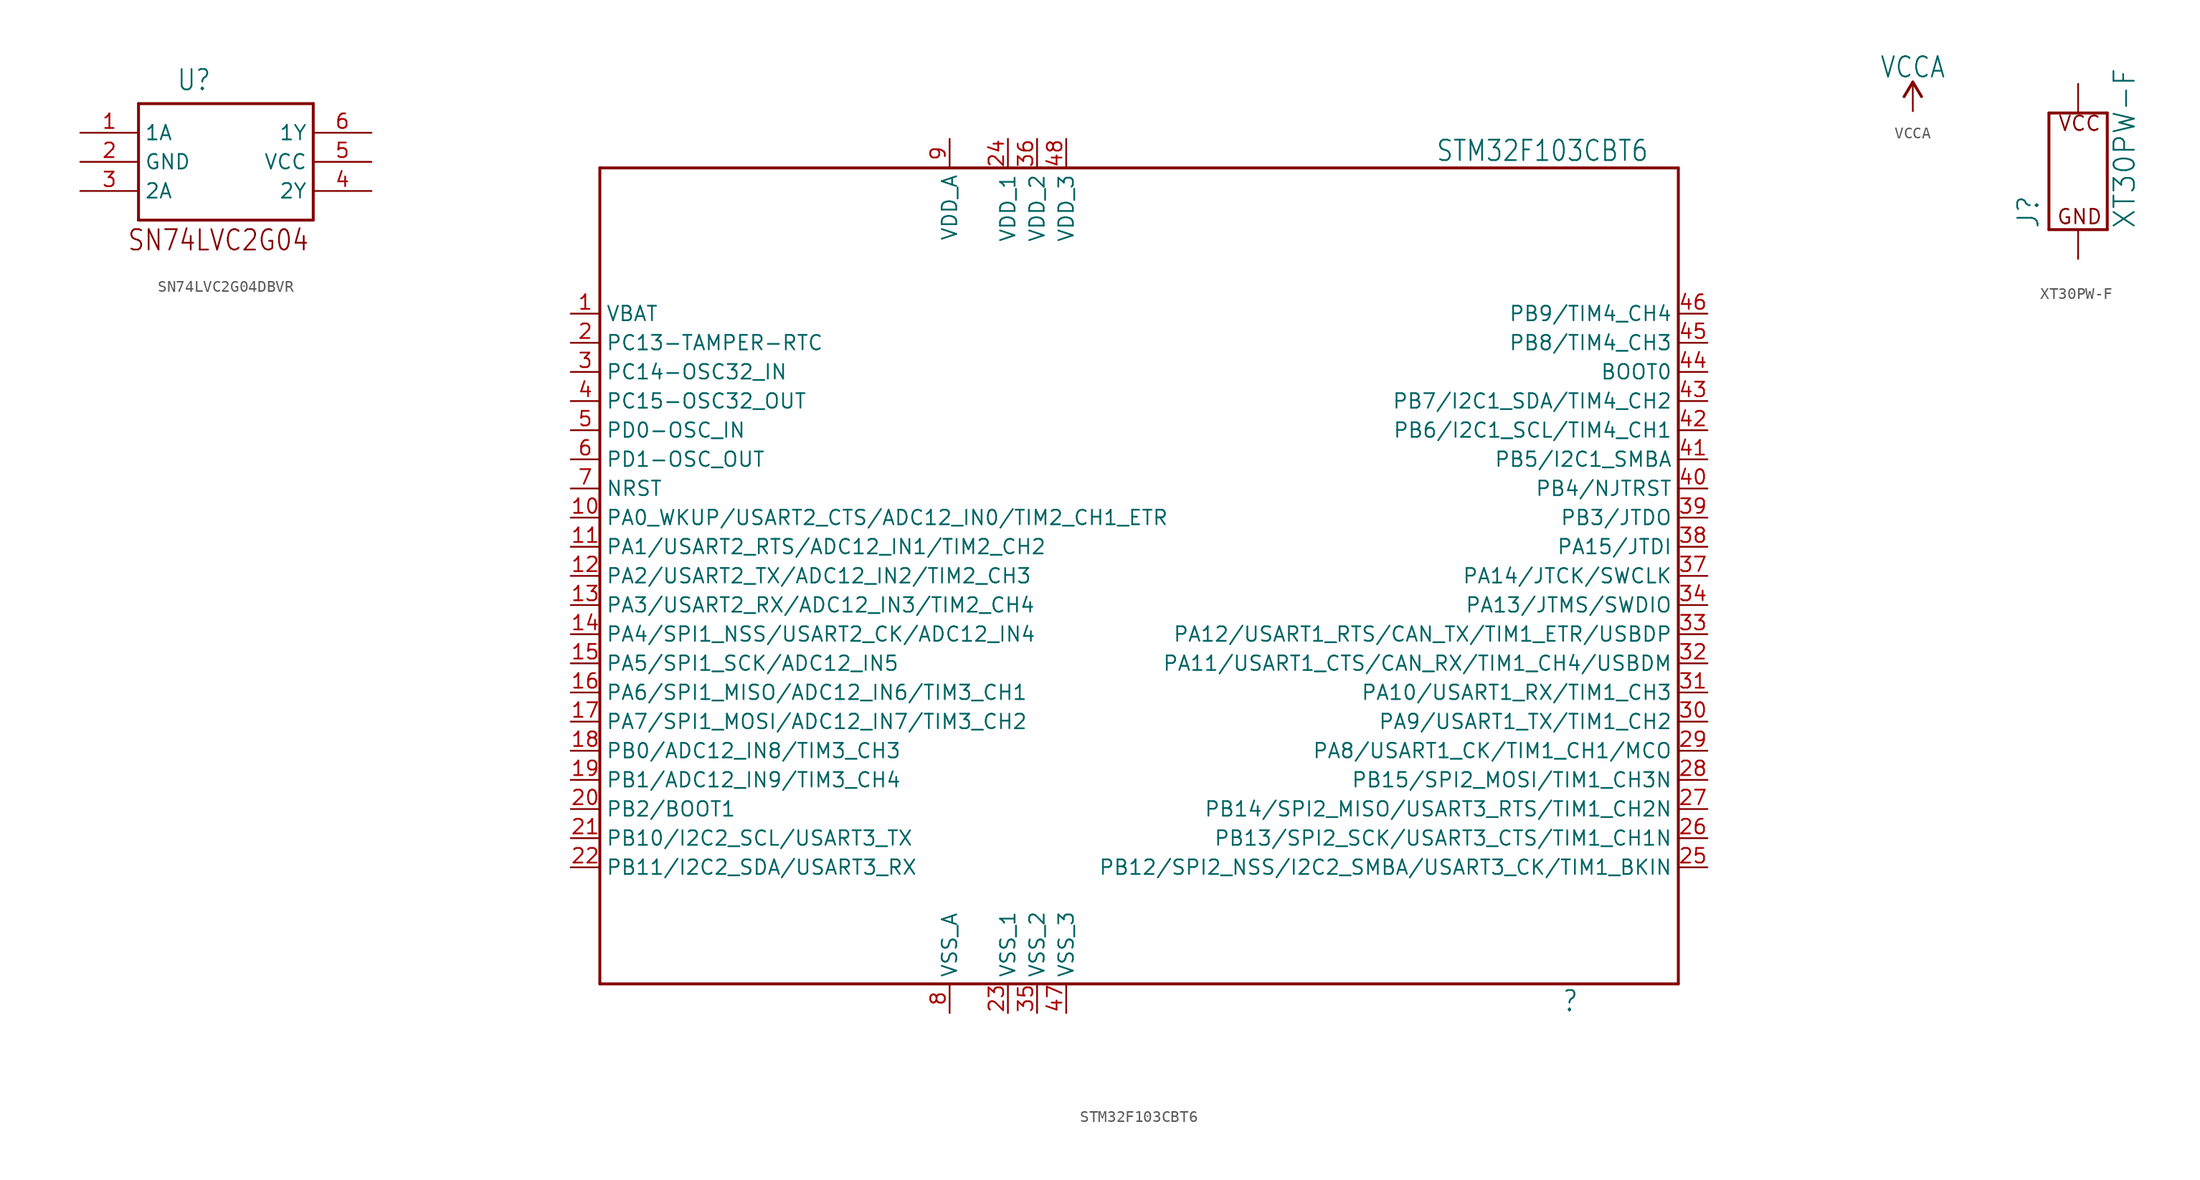
<source format=kicad_sym>
(kicad_symbol_lib
  (version 20211014)
  (generator kicad_symbol_editor)
  (symbol "SN74LVC2G04DBVR"
    (property "Reference" "U"
      (at -4.318 6.096 0)
      (effects (font (size 1.778 1.511)) (justify left bottom)))
    (property "ki_locked" ""
      (at 0 0 0)
      (effects (font (size 1.27 1.27))))
    (symbol "SN74LVC2G04DBVR_1_0"
      (polyline (pts (xy -7.62 -5.08) (xy -7.62 5.08)) (stroke (width 0.254) (type default) (color 0 0 0 0)) (fill (type none)))
      (polyline (pts (xy -7.62 5.08) (xy 7.62 5.08)) (stroke (width 0.254) (type default) (color 0 0 0 0)) (fill (type none)))
      (polyline (pts (xy 7.62 -5.08) (xy -7.62 -5.08)) (stroke (width 0.254) (type default) (color 0 0 0 0)) (fill (type none)))
      (polyline (pts (xy 7.62 5.08) (xy 7.62 -5.08)) (stroke (width 0.254) (type default) (color 0 0 0 0)) (fill (type none)))
      (text "SN74LVC2G04" (at -8.636 -7.874 0) (effects (font (size 1.778 1.511)) (justify left bottom)))
      (pin bidirectional line (at -12.7 2.54 0) (length 5.08) (name "1A" (effects (font (size 1.27 1.27)))) (number "1" (effects (font (size 1.27 1.27)))))
      (pin bidirectional line (at -12.7 0 0) (length 5.08) (name "GND" (effects (font (size 1.27 1.27)))) (number "2" (effects (font (size 1.27 1.27)))))
      (pin bidirectional line (at -12.7 -2.54 0) (length 5.08) (name "2A" (effects (font (size 1.27 1.27)))) (number "3" (effects (font (size 1.27 1.27)))))
      (pin bidirectional line (at 12.7 -2.54 180) (length 5.08) (name "2Y" (effects (font (size 1.27 1.27)))) (number "4" (effects (font (size 1.27 1.27)))))
      (pin bidirectional line (at 12.7 0 180) (length 5.08) (name "VCC" (effects (font (size 1.27 1.27)))) (number "5" (effects (font (size 1.27 1.27)))))
      (pin bidirectional line (at 12.7 2.54 180) (length 5.08) (name "1Y" (effects (font (size 1.27 1.27)))) (number "6" (effects (font (size 1.27 1.27)))))))
  (symbol "STM32F103CBT6"
    (property "Reference" ""
      (at 38.1 -38.1 0)
      (effects (font (size 1.778 1.511)) (justify left bottom)))
    (property "Value" "STM32F103CBT6"
      (at 45.72 38.1 0)
      (effects (font (size 1.778 1.511)) (justify right top)))
    (property "ki_locked" ""
      (at 0 0 0)
      (effects (font (size 1.27 1.27))))
    (symbol "STM32F103CBT6_1_0"
      (polyline (pts (xy -45.72 -35.56) (xy 48.26 -35.56)) (stroke (width 0.254) (type default) (color 0 0 0 0)) (fill (type none)))
      (polyline (pts (xy -45.72 35.56) (xy -45.72 -35.56)) (stroke (width 0.254) (type default) (color 0 0 0 0)) (fill (type none)))
      (polyline (pts (xy 48.26 -35.56) (xy 48.26 35.56)) (stroke (width 0.254) (type default) (color 0 0 0 0)) (fill (type none)))
      (polyline (pts (xy 48.26 35.56) (xy -45.72 35.56)) (stroke (width 0.254) (type default) (color 0 0 0 0)) (fill (type none)))
      (pin power_in line (at -48.26 22.86 0) (length 2.54) (name "VBAT" (effects (font (size 1.27 1.27)))) (number "1" (effects (font (size 1.27 1.27)))))
      (pin bidirectional line (at -48.26 5.08 0) (length 2.54) (name "PA0_WKUP/USART2_CTS/ADC12_IN0/TIM2_CH1_ETR" (effects (font (size 1.27 1.27)))) (number "10" (effects (font (size 1.27 1.27)))))
      (pin bidirectional line (at -48.26 2.54 0) (length 2.54) (name "PA1/USART2_RTS/ADC12_IN1/TIM2_CH2" (effects (font (size 1.27 1.27)))) (number "11" (effects (font (size 1.27 1.27)))))
      (pin bidirectional line (at -48.26 0 0) (length 2.54) (name "PA2/USART2_TX/ADC12_IN2/TIM2_CH3" (effects (font (size 1.27 1.27)))) (number "12" (effects (font (size 1.27 1.27)))))
      (pin bidirectional line (at -48.26 -2.54 0) (length 2.54) (name "PA3/USART2_RX/ADC12_IN3/TIM2_CH4" (effects (font (size 1.27 1.27)))) (number "13" (effects (font (size 1.27 1.27)))))
      (pin bidirectional line (at -48.26 -5.08 0) (length 2.54) (name "PA4/SPI1_NSS/USART2_CK/ADC12_IN4" (effects (font (size 1.27 1.27)))) (number "14" (effects (font (size 1.27 1.27)))))
      (pin bidirectional line (at -48.26 -7.62 0) (length 2.54) (name "PA5/SPI1_SCK/ADC12_IN5" (effects (font (size 1.27 1.27)))) (number "15" (effects (font (size 1.27 1.27)))))
      (pin bidirectional line (at -48.26 -10.16 0) (length 2.54) (name "PA6/SPI1_MISO/ADC12_IN6/TIM3_CH1" (effects (font (size 1.27 1.27)))) (number "16" (effects (font (size 1.27 1.27)))))
      (pin bidirectional line (at -48.26 -12.7 0) (length 2.54) (name "PA7/SPI1_MOSI/ADC12_IN7/TIM3_CH2" (effects (font (size 1.27 1.27)))) (number "17" (effects (font (size 1.27 1.27)))))
      (pin bidirectional line (at -48.26 -15.24 0) (length 2.54) (name "PB0/ADC12_IN8/TIM3_CH3" (effects (font (size 1.27 1.27)))) (number "18" (effects (font (size 1.27 1.27)))))
      (pin bidirectional line (at -48.26 -17.78 0) (length 2.54) (name "PB1/ADC12_IN9/TIM3_CH4" (effects (font (size 1.27 1.27)))) (number "19" (effects (font (size 1.27 1.27)))))
      (pin input line (at -48.26 20.32 0) (length 2.54) (name "PC13-TAMPER-RTC" (effects (font (size 1.27 1.27)))) (number "2" (effects (font (size 1.27 1.27)))))
      (pin bidirectional line (at -48.26 -20.32 0) (length 2.54) (name "PB2/BOOT1" (effects (font (size 1.27 1.27)))) (number "20" (effects (font (size 1.27 1.27)))))
      (pin input line (at -48.26 -22.86 0) (length 2.54) (name "PB10/I2C2_SCL/USART3_TX" (effects (font (size 1.27 1.27)))) (number "21" (effects (font (size 1.27 1.27)))))
      (pin input line (at -48.26 -25.4 0) (length 2.54) (name "PB11/I2C2_SDA/USART3_RX" (effects (font (size 1.27 1.27)))) (number "22" (effects (font (size 1.27 1.27)))))
      (pin power_in line (at -10.16 -38.1 90) (length 2.54) (name "VSS_1" (effects (font (size 1.27 1.27)))) (number "23" (effects (font (size 1.27 1.27)))))
      (pin power_in line (at -10.16 38.1 270) (length 2.54) (name "VDD_1" (effects (font (size 1.27 1.27)))) (number "24" (effects (font (size 1.27 1.27)))))
      (pin input line (at 50.8 -25.4 180) (length 2.54) (name "PB12/SPI2_NSS/I2C2_SMBA/USART3_CK/TIM1_BKIN" (effects (font (size 1.27 1.27)))) (number "25" (effects (font (size 1.27 1.27)))))
      (pin input line (at 50.8 -22.86 180) (length 2.54) (name "PB13/SPI2_SCK/USART3_CTS/TIM1_CH1N" (effects (font (size 1.27 1.27)))) (number "26" (effects (font (size 1.27 1.27)))))
      (pin input line (at 50.8 -20.32 180) (length 2.54) (name "PB14/SPI2_MISO/USART3_RTS/TIM1_CH2N" (effects (font (size 1.27 1.27)))) (number "27" (effects (font (size 1.27 1.27)))))
      (pin input line (at 50.8 -17.78 180) (length 2.54) (name "PB15/SPI2_MOSI/TIM1_CH3N" (effects (font (size 1.27 1.27)))) (number "28" (effects (font (size 1.27 1.27)))))
      (pin bidirectional line (at 50.8 -15.24 180) (length 2.54) (name "PA8/USART1_CK/TIM1_CH1/MCO" (effects (font (size 1.27 1.27)))) (number "29" (effects (font (size 1.27 1.27)))))
      (pin input line (at -48.26 17.78 0) (length 2.54) (name "PC14-OSC32_IN" (effects (font (size 1.27 1.27)))) (number "3" (effects (font (size 1.27 1.27)))))
      (pin input line (at 50.8 -12.7 180) (length 2.54) (name "PA9/USART1_TX/TIM1_CH2" (effects (font (size 1.27 1.27)))) (number "30" (effects (font (size 1.27 1.27)))))
      (pin bidirectional line (at 50.8 -10.16 180) (length 2.54) (name "PA10/USART1_RX/TIM1_CH3" (effects (font (size 1.27 1.27)))) (number "31" (effects (font (size 1.27 1.27)))))
      (pin bidirectional line (at 50.8 -7.62 180) (length 2.54) (name "PA11/USART1_CTS/CAN_RX/TIM1_CH4/USBDM" (effects (font (size 1.27 1.27)))) (number "32" (effects (font (size 1.27 1.27)))))
      (pin bidirectional line (at 50.8 -5.08 180) (length 2.54) (name "PA12/USART1_RTS/CAN_TX/TIM1_ETR/USBDP" (effects (font (size 1.27 1.27)))) (number "33" (effects (font (size 1.27 1.27)))))
      (pin bidirectional line (at 50.8 -2.54 180) (length 2.54) (name "PA13/JTMS/SWDIO" (effects (font (size 1.27 1.27)))) (number "34" (effects (font (size 1.27 1.27)))))
      (pin power_in line (at -7.62 -38.1 90) (length 2.54) (name "VSS_2" (effects (font (size 1.27 1.27)))) (number "35" (effects (font (size 1.27 1.27)))))
      (pin power_in line (at -7.62 38.1 270) (length 2.54) (name "VDD_2" (effects (font (size 1.27 1.27)))) (number "36" (effects (font (size 1.27 1.27)))))
      (pin bidirectional line (at 50.8 0 180) (length 2.54) (name "PA14/JTCK/SWCLK" (effects (font (size 1.27 1.27)))) (number "37" (effects (font (size 1.27 1.27)))))
      (pin bidirectional line (at 50.8 2.54 180) (length 2.54) (name "PA15/JTDI" (effects (font (size 1.27 1.27)))) (number "38" (effects (font (size 1.27 1.27)))))
      (pin bidirectional line (at 50.8 5.08 180) (length 2.54) (name "PB3/JTDO" (effects (font (size 1.27 1.27)))) (number "39" (effects (font (size 1.27 1.27)))))
      (pin input line (at -48.26 15.24 0) (length 2.54) (name "PC15-OSC32_OUT" (effects (font (size 1.27 1.27)))) (number "4" (effects (font (size 1.27 1.27)))))
      (pin bidirectional line (at 50.8 7.62 180) (length 2.54) (name "PB4/NJTRST" (effects (font (size 1.27 1.27)))) (number "40" (effects (font (size 1.27 1.27)))))
      (pin input line (at 50.8 10.16 180) (length 2.54) (name "PB5/I2C1_SMBA" (effects (font (size 1.27 1.27)))) (number "41" (effects (font (size 1.27 1.27)))))
      (pin input line (at 50.8 12.7 180) (length 2.54) (name "PB6/I2C1_SCL/TIM4_CH1" (effects (font (size 1.27 1.27)))) (number "42" (effects (font (size 1.27 1.27)))))
      (pin bidirectional line (at 50.8 15.24 180) (length 2.54) (name "PB7/I2C1_SDA/TIM4_CH2" (effects (font (size 1.27 1.27)))) (number "43" (effects (font (size 1.27 1.27)))))
      (pin input line (at 50.8 17.78 180) (length 2.54) (name "BOOT0" (effects (font (size 1.27 1.27)))) (number "44" (effects (font (size 1.27 1.27)))))
      (pin bidirectional line (at 50.8 20.32 180) (length 2.54) (name "PB8/TIM4_CH3" (effects (font (size 1.27 1.27)))) (number "45" (effects (font (size 1.27 1.27)))))
      (pin input line (at 50.8 22.86 180) (length 2.54) (name "PB9/TIM4_CH4" (effects (font (size 1.27 1.27)))) (number "46" (effects (font (size 1.27 1.27)))))
      (pin power_in line (at -5.08 -38.1 90) (length 2.54) (name "VSS_3" (effects (font (size 1.27 1.27)))) (number "47" (effects (font (size 1.27 1.27)))))
      (pin power_in line (at -5.08 38.1 270) (length 2.54) (name "VDD_3" (effects (font (size 1.27 1.27)))) (number "48" (effects (font (size 1.27 1.27)))))
      (pin input line (at -48.26 12.7 0) (length 2.54) (name "PD0-OSC_IN" (effects (font (size 1.27 1.27)))) (number "5" (effects (font (size 1.27 1.27)))))
      (pin input line (at -48.26 10.16 0) (length 2.54) (name "PD1-OSC_OUT" (effects (font (size 1.27 1.27)))) (number "6" (effects (font (size 1.27 1.27)))))
      (pin input line (at -48.26 7.62 0) (length 2.54) (name "NRST" (effects (font (size 1.27 1.27)))) (number "7" (effects (font (size 1.27 1.27)))))
      (pin power_in line (at -15.24 -38.1 90) (length 2.54) (name "VSS_A" (effects (font (size 1.27 1.27)))) (number "8" (effects (font (size 1.27 1.27)))))
      (pin power_in line (at -15.24 38.1 270) (length 2.54) (name "VDD_A" (effects (font (size 1.27 1.27)))) (number "9" (effects (font (size 1.27 1.27)))))))
  (symbol "VCCA"
    (power)
    (property "Reference" ""
      (at 0 0 0)
      (effects (font (size 1.27 1.27)) hide))
    (property "Value" "VCCA"
      (at 0 2.794 0)
      (effects (font (size 1.778 1.511)) (justify bottom)))
    (property "ki_locked" ""
      (at 0 0 0)
      (effects (font (size 1.27 1.27))))
    (symbol "VCCA_1_0"
      (polyline (pts (xy 0 2.54) (xy -0.762 1.27)) (stroke (width 0.254) (type default) (color 0 0 0 0)) (fill (type none)))
      (polyline (pts (xy 0.762 1.27) (xy 0 2.54)) (stroke (width 0.254) (type default) (color 0 0 0 0)) (fill (type none)))
      (pin power_in line (at 0 0 90) (length 2.54) (name "VCCA" (effects (font (size 0 0)))) (number "1" (effects (font (size 0 0)))))))
  (symbol "XT30PW-F"
    (property "Reference" "J"
      (at -3.302 -5.08 90)
      (effects (font (size 1.778 1.778)) (justify left bottom)))
    (property "Value" "XT30PW-F"
      (at 5.08 -5.08 90)
      (effects (font (size 1.778 1.778)) (justify left bottom)))
    (property "ki_locked" ""
      (at 0 0 0)
      (effects (font (size 1.27 1.27))))
    (symbol "XT30PW-F_1_0"
      (polyline (pts (xy -2.54 -5.08) (xy -2.54 5.08)) (stroke (width 0.254) (type default) (color 0 0 0 0)) (fill (type none)))
      (polyline (pts (xy -2.54 5.08) (xy 2.54 5.08)) (stroke (width 0.254) (type default) (color 0 0 0 0)) (fill (type none)))
      (polyline (pts (xy 2.54 -5.08) (xy -2.54 -5.08)) (stroke (width 0.254) (type default) (color 0 0 0 0)) (fill (type none)))
      (polyline (pts (xy 2.54 5.08) (xy 2.54 -5.08)) (stroke (width 0.254) (type default) (color 0 0 0 0)) (fill (type none)))
      (text "GND" (at 0.127 -4.699 0) (effects (font (size 1.27 1.27)) (justify bottom)))
      (text "VCC" (at 0.127 3.429 0) (effects (font (size 1.27 1.27)) (justify bottom)))
      (pin power_in line (at 0 7.62 270) (length 2.54) (name "V+" (effects (font (size 0 0)))) (number "+" (effects (font (size 0 0)))))
      (pin bidirectional line (at 0 -7.62 90) (length 2.54) (name "V-" (effects (font (size 0 0)))) (number "-" (effects (font (size 0 0))))))))
</source>
